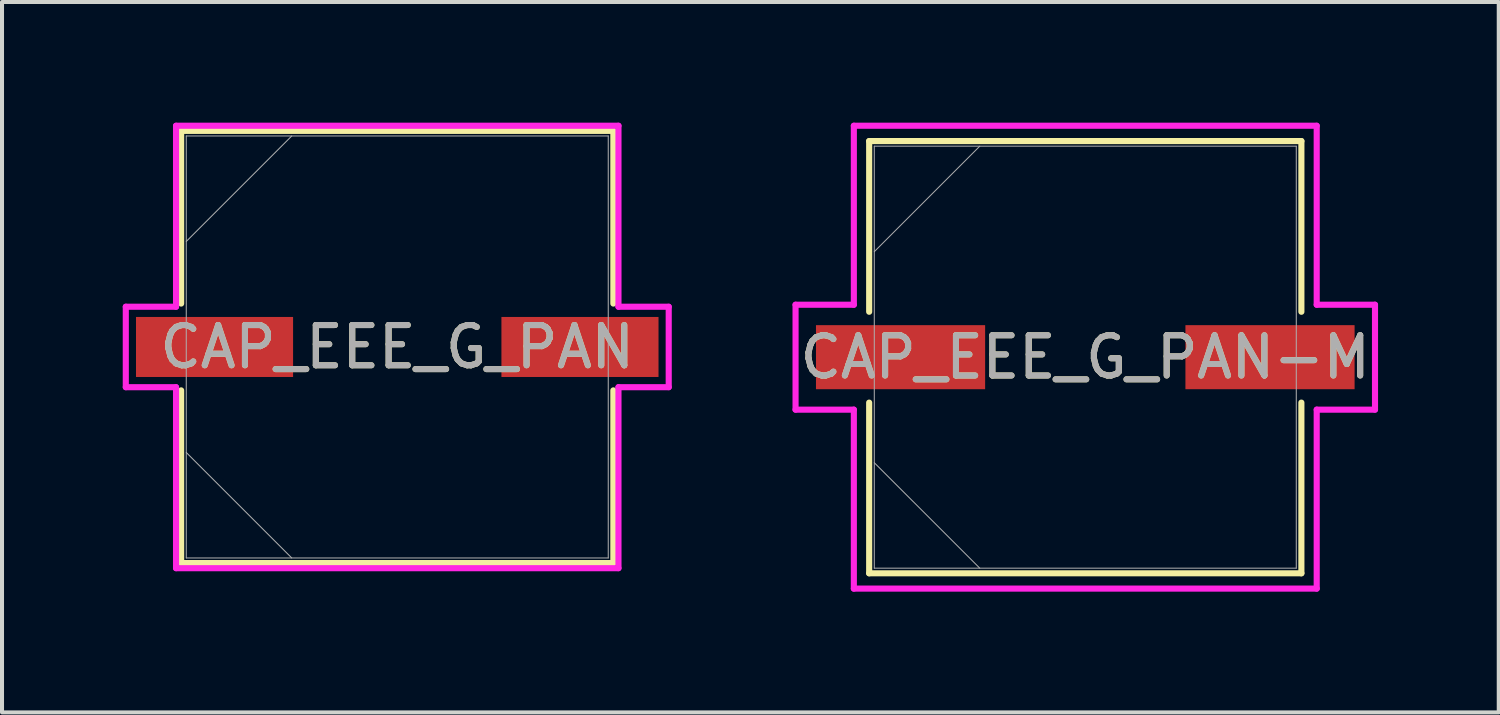
<source format=kicad_pcb>
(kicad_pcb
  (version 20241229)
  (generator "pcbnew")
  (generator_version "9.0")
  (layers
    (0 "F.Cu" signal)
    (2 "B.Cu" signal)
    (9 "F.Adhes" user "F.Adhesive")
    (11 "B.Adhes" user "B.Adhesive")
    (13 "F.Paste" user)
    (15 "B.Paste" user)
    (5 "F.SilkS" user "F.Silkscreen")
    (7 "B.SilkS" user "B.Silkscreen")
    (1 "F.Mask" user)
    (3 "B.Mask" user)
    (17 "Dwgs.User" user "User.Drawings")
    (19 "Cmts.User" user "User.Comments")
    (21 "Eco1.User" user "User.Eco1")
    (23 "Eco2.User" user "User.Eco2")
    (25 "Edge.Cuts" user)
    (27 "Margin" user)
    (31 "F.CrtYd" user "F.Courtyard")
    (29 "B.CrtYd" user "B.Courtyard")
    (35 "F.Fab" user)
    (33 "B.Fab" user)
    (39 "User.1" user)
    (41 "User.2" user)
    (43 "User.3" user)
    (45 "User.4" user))
  (footprint "CAP_EEE_G_PAN-M"
    (layer "F.Cu")
    (at 23.928 5.829)
    (property "Reference" "CAP_EEE_G_PAN-M" (at 0 0 0) (unlocked yes) (layer "F.SilkS") (effects (font (size 1 1) (thickness 0.15))))
    (attr smd)
    (fp_line (start -5.372 -5.372) (end -5.372 -1.129) (stroke (width 0.152) (type solid)) (layer "F.SilkS"))
    (fp_line (start -5.372 1.129) (end -5.372 5.372) (stroke (width 0.152) (type solid)) (layer "F.SilkS"))
    (fp_line (start -5.372 5.372) (end 5.372 5.372) (stroke (width 0.152) (type solid)) (layer "F.SilkS"))
    (fp_line (start 5.372 -5.372) (end -5.372 -5.372) (stroke (width 0.152) (type solid)) (layer "F.SilkS"))
    (fp_line (start 5.372 -1.129) (end 5.372 -5.372) (stroke (width 0.152) (type solid)) (layer "F.SilkS"))
    (fp_line (start 5.372 5.372) (end 5.372 1.129) (stroke (width 0.152) (type solid)) (layer "F.SilkS"))
    (fp_line (start -7.202 -1.304) (end -5.753 -1.304) (stroke (width 0.152) (type solid)) (layer "F.CrtYd"))
    (fp_line (start -7.202 1.304) (end -7.202 -1.304) (stroke (width 0.152) (type solid)) (layer "F.CrtYd"))
    (fp_line (start -5.753 -5.753) (end 5.753 -5.753) (stroke (width 0.152) (type solid)) (layer "F.CrtYd"))
    (fp_line (start -5.753 -1.304) (end -5.753 -5.753) (stroke (width 0.152) (type solid)) (layer "F.CrtYd"))
    (fp_line (start -5.753 1.304) (end -7.202 1.304) (stroke (width 0.152) (type solid)) (layer "F.CrtYd"))
    (fp_line (start -5.753 5.753) (end -5.753 1.304) (stroke (width 0.152) (type solid)) (layer "F.CrtYd"))
    (fp_line (start 5.753 -5.753) (end 5.753 -1.304) (stroke (width 0.152) (type solid)) (layer "F.CrtYd"))
    (fp_line (start 5.753 -1.304) (end 7.202 -1.304) (stroke (width 0.152) (type solid)) (layer "F.CrtYd"))
    (fp_line (start 5.753 1.304) (end 5.753 5.753) (stroke (width 0.152) (type solid)) (layer "F.CrtYd"))
    (fp_line (start 5.753 5.753) (end -5.753 5.753) (stroke (width 0.152) (type solid)) (layer "F.CrtYd"))
    (fp_line (start 7.202 -1.304) (end 7.202 1.304) (stroke (width 0.152) (type solid)) (layer "F.CrtYd"))
    (fp_line (start 7.202 1.304) (end 5.753 1.304) (stroke (width 0.152) (type solid)) (layer "F.CrtYd"))
    (fp_line (start -5.245 -5.245) (end -5.245 5.245) (stroke (width 0.025) (type solid)) (layer "F.Fab"))
    (fp_line (start -5.245 -2.623) (end -2.623 -5.245) (stroke (width 0.025) (type solid)) (layer "F.Fab"))
    (fp_line (start -5.245 2.623) (end -2.623 5.245) (stroke (width 0.025) (type solid)) (layer "F.Fab"))
    (fp_line (start -5.245 5.245) (end 5.245 5.245) (stroke (width 0.025) (type solid)) (layer "F.Fab"))
    (fp_line (start 5.245 -5.245) (end -5.245 -5.245) (stroke (width 0.025) (type solid)) (layer "F.Fab"))
    (fp_line (start 5.245 5.245) (end 5.245 -5.245) (stroke (width 0.025) (type solid)) (layer "F.Fab"))
    (fp_text user "${REFERENCE}" (at 0 0 0) (unlocked yes) (layer "F.Fab") (effects (font (size 1 1) (thickness 0.15))))
    (pad "1" smd rect (at -4.592 0) (size 4.205 1.592) (layers "F.Cu" "F.Mask" "F.Paste"))
    (pad "2" smd rect (at 4.592 0) (size 4.205 1.592) (layers "F.Cu" "F.Mask" "F.Paste"))
    (zone (net_name "") (layer "F.Cu") (hatch full 0.508) (connect_pads) (min_thickness 0.254) (filled_areas_thickness no) (keepout (tracks not_allowed) (vias not_allowed) (pads allowed) (copperpour not_allowed) (footprints allowed)) (placement (enabled no)) (fill) (polygon (pts (xy 18.733 0.635) (xy 29.122 0.635) (xy 29.122 4.982) (xy 18.733 4.982))))
    (zone (net_name "") (layer "F.Cu") (hatch full 0.508) (connect_pads) (min_thickness 0.254) (filled_areas_thickness no) (keepout (tracks not_allowed) (vias not_allowed) (pads allowed) (copperpour not_allowed) (footprints allowed)) (placement (enabled no)) (fill) (polygon (pts (xy 18.733 6.676) (xy 29.122 6.676) (xy 29.122 11.024) (xy 18.733 11.024))))
    (zone (net_name "") (layer "F.Cu") (hatch full 0.508) (connect_pads) (min_thickness 0.254) (filled_areas_thickness no) (keepout (tracks not_allowed) (vias not_allowed) (pads allowed) (copperpour not_allowed) (footprints allowed)) (placement (enabled no)) (fill) (polygon (pts (xy 21.489 4.982) (xy 26.366 4.982) (xy 26.366 6.676) (xy 21.489 6.676)))))
  (footprint "CAP_EEE_G_PAN"
    (layer "F.Cu")
    (at 6.825 5.575)
    (property "Reference" "CAP_EEE_G_PAN" (at 0 0 0) (unlocked yes) (layer "F.SilkS") (effects (font (size 1 1) (thickness 0.15))))
    (attr smd)
    (fp_line (start -5.372 -5.372) (end -5.372 -1.079) (stroke (width 0.152) (type solid)) (layer "F.SilkS"))
    (fp_line (start -5.372 1.079) (end -5.372 5.372) (stroke (width 0.152) (type solid)) (layer "F.SilkS"))
    (fp_line (start -5.372 5.372) (end 5.372 5.372) (stroke (width 0.152) (type solid)) (layer "F.SilkS"))
    (fp_line (start 5.372 -5.372) (end -5.372 -5.372) (stroke (width 0.152) (type solid)) (layer "F.SilkS"))
    (fp_line (start 5.372 -1.079) (end 5.372 -5.372) (stroke (width 0.152) (type solid)) (layer "F.SilkS"))
    (fp_line (start 5.372 5.372) (end 5.372 1.079) (stroke (width 0.152) (type solid)) (layer "F.SilkS"))
    (fp_line (start -6.748 -1) (end -5.499 -1) (stroke (width 0.152) (type solid)) (layer "F.CrtYd"))
    (fp_line (start -6.748 1) (end -6.748 -1) (stroke (width 0.152) (type solid)) (layer "F.CrtYd"))
    (fp_line (start -5.499 -5.499) (end 5.499 -5.499) (stroke (width 0.152) (type solid)) (layer "F.CrtYd"))
    (fp_line (start -5.499 -1) (end -5.499 -5.499) (stroke (width 0.152) (type solid)) (layer "F.CrtYd"))
    (fp_line (start -5.499 1) (end -6.748 1) (stroke (width 0.152) (type solid)) (layer "F.CrtYd"))
    (fp_line (start -5.499 5.499) (end -5.499 1) (stroke (width 0.152) (type solid)) (layer "F.CrtYd"))
    (fp_line (start 5.499 -5.499) (end 5.499 -1) (stroke (width 0.152) (type solid)) (layer "F.CrtYd"))
    (fp_line (start 5.499 -1) (end 6.748 -1) (stroke (width 0.152) (type solid)) (layer "F.CrtYd"))
    (fp_line (start 5.499 1) (end 5.499 5.499) (stroke (width 0.152) (type solid)) (layer "F.CrtYd"))
    (fp_line (start 5.499 5.499) (end -5.499 5.499) (stroke (width 0.152) (type solid)) (layer "F.CrtYd"))
    (fp_line (start 6.748 -1) (end 6.748 1) (stroke (width 0.152) (type solid)) (layer "F.CrtYd"))
    (fp_line (start 6.748 1) (end 5.499 1) (stroke (width 0.152) (type solid)) (layer "F.CrtYd"))
    (fp_line (start -5.245 -5.245) (end -5.245 5.245) (stroke (width 0.025) (type solid)) (layer "F.Fab"))
    (fp_line (start -5.245 -2.623) (end -2.623 -5.245) (stroke (width 0.025) (type solid)) (layer "F.Fab"))
    (fp_line (start -5.245 2.623) (end -2.623 5.245) (stroke (width 0.025) (type solid)) (layer "F.Fab"))
    (fp_line (start -5.245 5.245) (end 5.245 5.245) (stroke (width 0.025) (type solid)) (layer "F.Fab"))
    (fp_line (start 5.245 -5.245) (end -5.245 -5.245) (stroke (width 0.025) (type solid)) (layer "F.Fab"))
    (fp_line (start 5.245 5.245) (end 5.245 -5.245) (stroke (width 0.025) (type solid)) (layer "F.Fab"))
    (fp_text user "${REFERENCE}" (at 0 0 0) (unlocked yes) (layer "F.Fab") (effects (font (size 1 1) (thickness 0.15))))
    (pad "1" smd rect (at -4.542 0) (size 3.905 1.492) (layers "F.Cu" "F.Mask" "F.Paste"))
    (pad "2" smd rect (at 4.542 0) (size 3.905 1.492) (layers "F.Cu" "F.Mask" "F.Paste"))
    (zone (net_name "") (layer "F.Cu") (hatch full 0.508) (connect_pads) (min_thickness 0.254) (filled_areas_thickness no) (keepout (tracks not_allowed) (vias not_allowed) (pads allowed) (copperpour not_allowed) (footprints allowed)) (placement (enabled no)) (fill) (polygon (pts (xy 1.63 0.381) (xy 12.019 0.381) (xy 12.019 4.778) (xy 1.63 4.778))))
    (zone (net_name "") (layer "F.Cu") (hatch full 0.508) (connect_pads) (min_thickness 0.254) (filled_areas_thickness no) (keepout (tracks not_allowed) (vias not_allowed) (pads allowed) (copperpour not_allowed) (footprints allowed)) (placement (enabled no)) (fill) (polygon (pts (xy 1.63 6.372) (xy 12.019 6.372) (xy 12.019 10.77) (xy 1.63 10.77))))
    (zone (net_name "") (layer "F.Cu") (hatch full 0.508) (connect_pads) (min_thickness 0.254) (filled_areas_thickness no) (keepout (tracks not_allowed) (vias not_allowed) (pads allowed) (copperpour not_allowed) (footprints allowed)) (placement (enabled no)) (fill) (polygon (pts (xy 4.286 4.778) (xy 9.363 4.778) (xy 9.363 6.372) (xy 4.286 6.372)))))
  (gr_rect
    (start -3 -3)
    (end 34.206 14.659)
    (stroke (width 0.1) (type default))
    (fill no)
    (layer "Edge.Cuts")))
</source>
